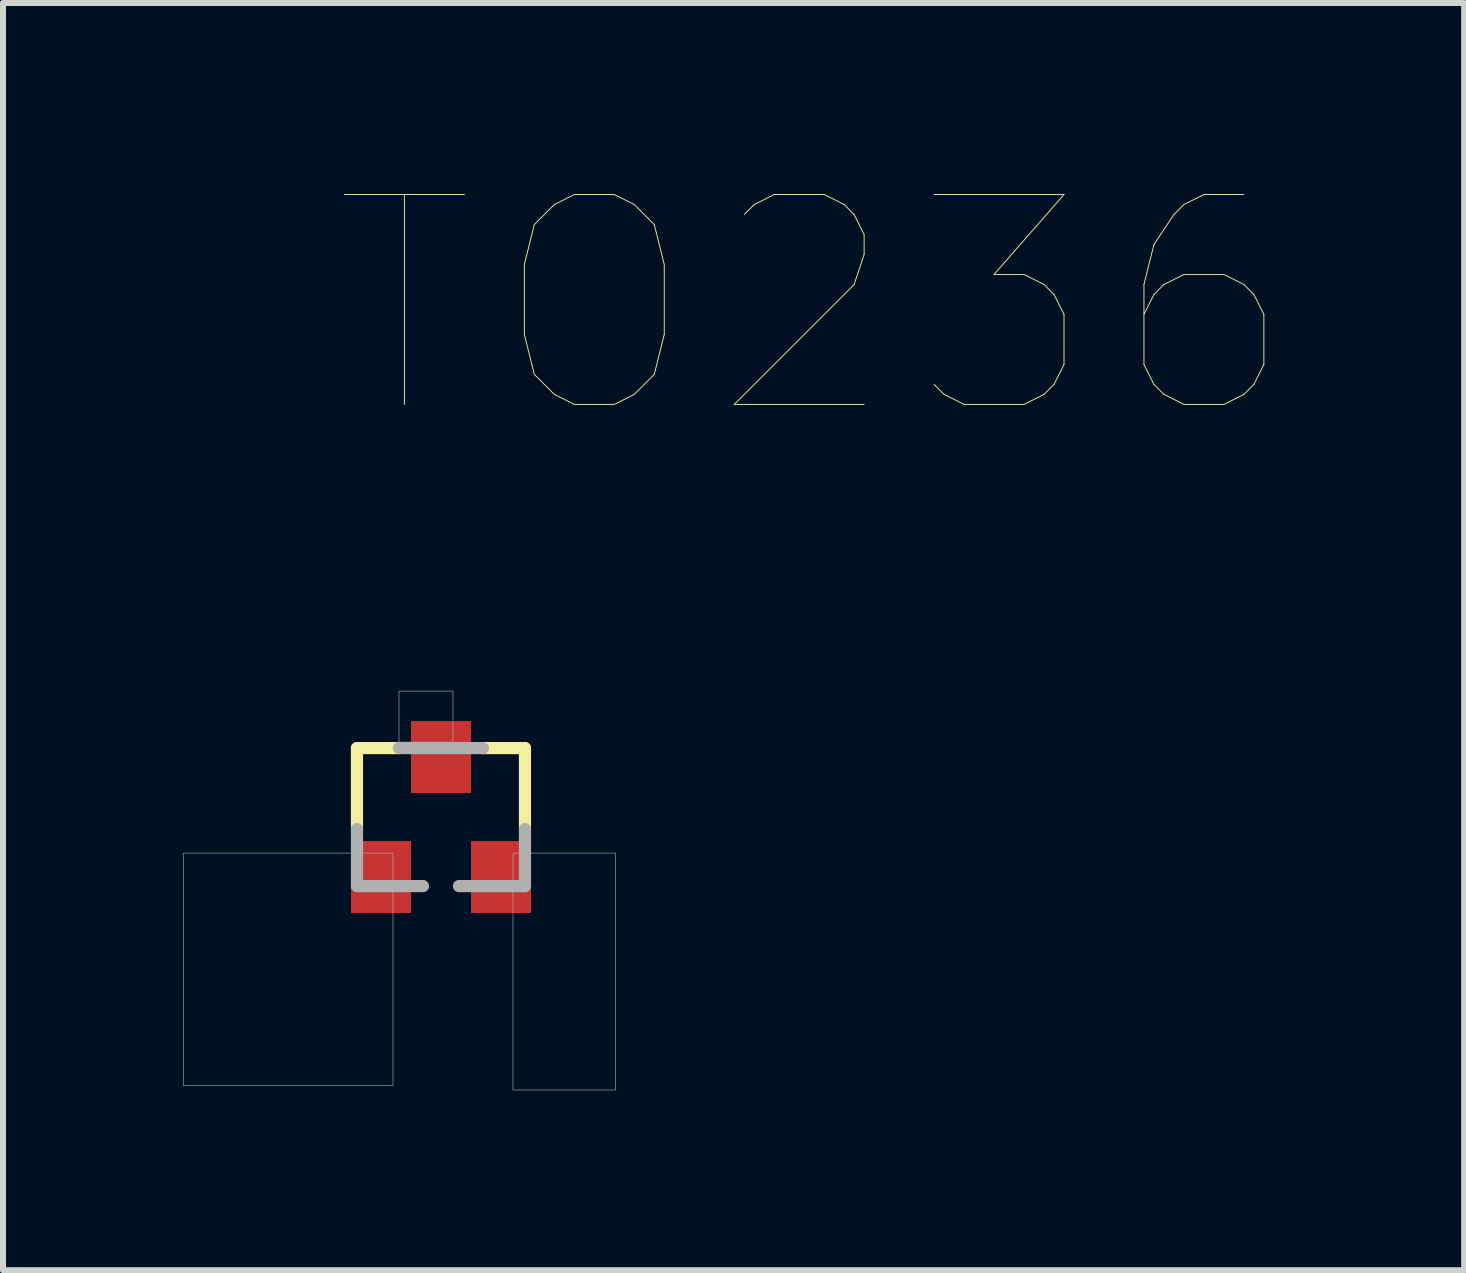
<source format=kicad_pcb>
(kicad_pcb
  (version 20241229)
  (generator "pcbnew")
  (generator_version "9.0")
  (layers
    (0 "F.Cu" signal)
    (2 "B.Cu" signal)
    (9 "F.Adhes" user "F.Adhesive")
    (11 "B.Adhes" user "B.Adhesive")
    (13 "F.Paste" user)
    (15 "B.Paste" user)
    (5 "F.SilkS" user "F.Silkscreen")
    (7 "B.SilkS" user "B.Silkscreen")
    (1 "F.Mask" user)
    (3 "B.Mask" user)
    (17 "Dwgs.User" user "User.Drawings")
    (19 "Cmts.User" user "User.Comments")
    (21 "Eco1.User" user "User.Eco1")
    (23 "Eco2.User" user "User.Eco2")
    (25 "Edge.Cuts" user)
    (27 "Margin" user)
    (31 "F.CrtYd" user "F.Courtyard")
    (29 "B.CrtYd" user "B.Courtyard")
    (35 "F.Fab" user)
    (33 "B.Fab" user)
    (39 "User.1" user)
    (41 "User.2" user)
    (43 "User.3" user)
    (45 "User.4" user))
  (footprint "TO236"
    (layer "F.Cu")
    (at 4.3 10.569)
    (property "Reference" "TO236" (at 6.22 -8.496 0) (layer "F.SilkS") (effects (font (size 3.498 3.498) (thickness 0.015))))
    (attr through_hole)
    (fp_line (start -1.4 -1.15) (end -1.4 0.2) (stroke (width 0.203) (type solid)) (layer "F.SilkS"))
    (fp_line (start -1.4 -1.15) (end -0.7 -1.15) (stroke (width 0.203) (type solid)) (layer "F.SilkS"))
    (fp_line (start 1.4 -1.15) (end 0.7 -1.15) (stroke (width 0.203) (type solid)) (layer "F.SilkS"))
    (fp_line (start 1.4 0.2) (end 1.4 -1.15) (stroke (width 0.203) (type solid)) (layer "F.SilkS"))
    (fp_line (start -1.4 0.2) (end -1.4 1.15) (stroke (width 0.203) (type solid)) (layer "F.Fab"))
    (fp_line (start -1.4 1.15) (end -0.3 1.15) (stroke (width 0.203) (type solid)) (layer "F.Fab"))
    (fp_line (start -0.7 -1.15) (end 0.7 -1.15) (stroke (width 0.203) (type solid)) (layer "F.Fab"))
    (fp_line (start 0.3 1.15) (end 1.4 1.15) (stroke (width 0.203) (type solid)) (layer "F.Fab"))
    (fp_line (start 1.4 1.15) (end 1.4 0.2) (stroke (width 0.203) (type solid)) (layer "F.Fab"))
    (fp_poly (pts (xy -4.295 0.6) (xy -0.8 0.6) (xy -0.8 4.474) (xy -4.295 4.474)) (stroke (width 0.01) (type solid)) (fill no) (layer "F.Fab"))
    (fp_poly (pts (xy -0.7 -1.25) (xy 0.2 -1.25) (xy 0.2 -2.1) (xy -0.7 -2.1)) (stroke (width 0.01) (type solid)) (fill no) (layer "F.Fab"))
    (fp_poly (pts (xy 2.91 0.6) (xy 1.2 0.6) (xy 1.2 4.548) (xy 2.91 4.548)) (stroke (width 0.01) (type solid)) (fill no) (layer "F.Fab"))
    (pad "A" smd rect (at -1 1) (size 1 1.2) (layers "F.Cu" "F.Mask" "F.Paste"))
    (pad "C" smd rect (at 0 -1) (size 1 1.2) (layers "F.Cu" "F.Mask" "F.Paste"))
    (pad "NC" smd rect (at 1 1) (size 1 1.2) (layers "F.Cu" "F.Mask" "F.Paste")))
  (gr_rect
    (start -3 -3)
    (end 21.354 18.121)
    (stroke (width 0.1) (type default))
    (fill no)
    (layer "Edge.Cuts")))
</source>
